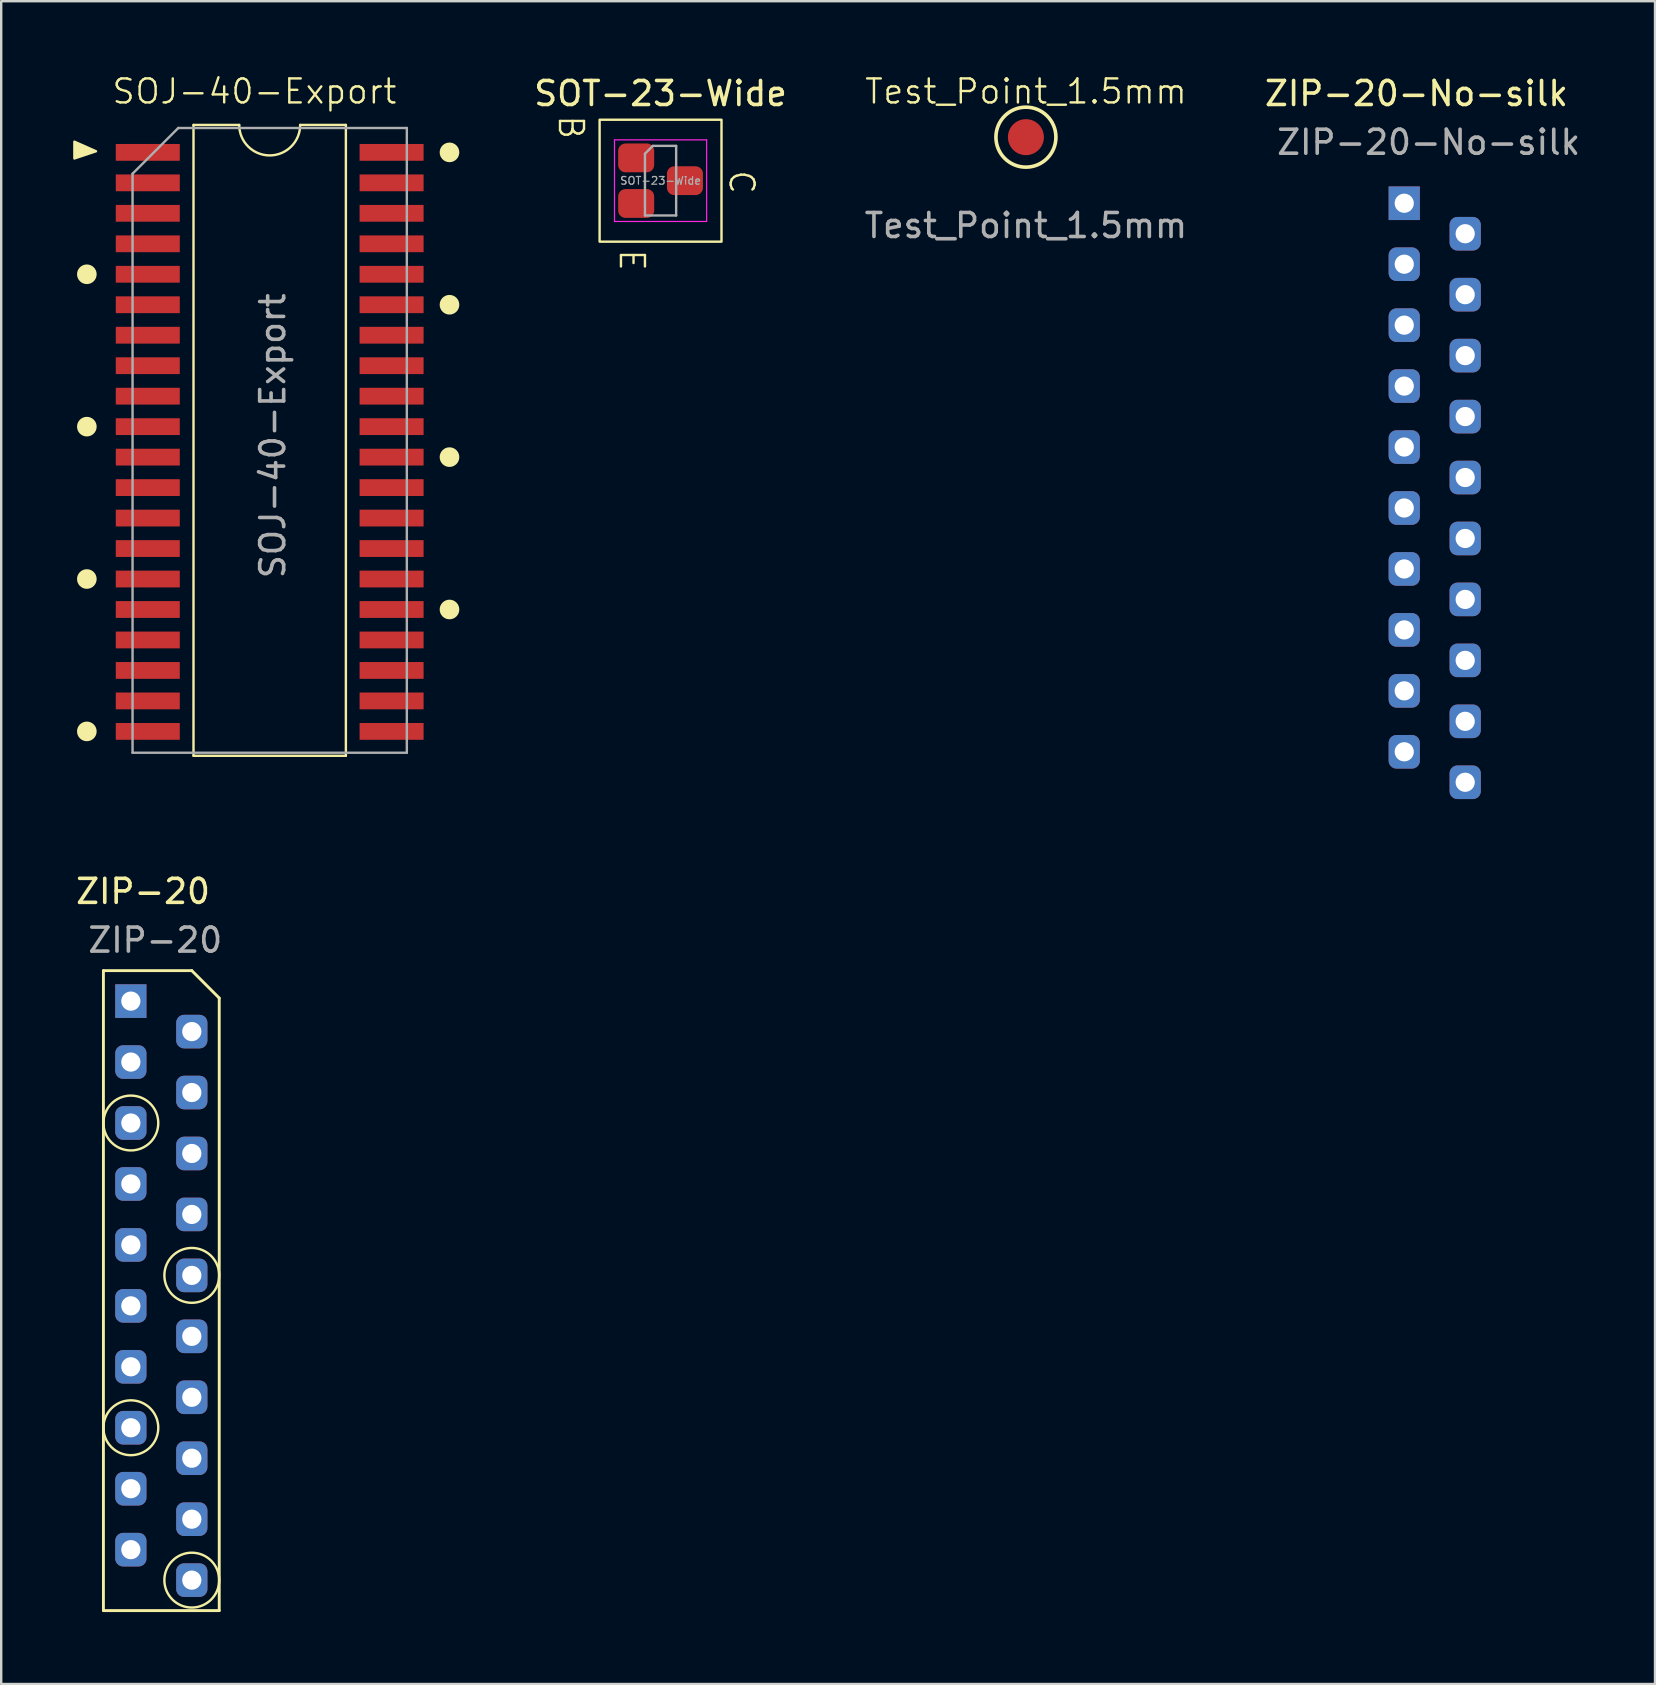
<source format=kicad_pcb>
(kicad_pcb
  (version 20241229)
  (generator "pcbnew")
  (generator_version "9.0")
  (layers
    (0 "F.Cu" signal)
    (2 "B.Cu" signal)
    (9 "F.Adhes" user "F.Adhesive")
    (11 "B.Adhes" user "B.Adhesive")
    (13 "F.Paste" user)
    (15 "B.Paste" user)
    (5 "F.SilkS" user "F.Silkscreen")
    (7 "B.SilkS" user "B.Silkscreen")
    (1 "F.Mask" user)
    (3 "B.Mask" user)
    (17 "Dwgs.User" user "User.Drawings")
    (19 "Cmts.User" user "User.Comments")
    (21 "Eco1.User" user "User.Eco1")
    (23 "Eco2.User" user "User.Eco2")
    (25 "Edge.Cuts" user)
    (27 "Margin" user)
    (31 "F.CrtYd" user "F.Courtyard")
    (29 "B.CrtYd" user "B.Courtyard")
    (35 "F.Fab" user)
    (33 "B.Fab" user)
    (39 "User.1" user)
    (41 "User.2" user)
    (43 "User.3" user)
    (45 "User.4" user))
  (footprint "SOT-23-Wide"
    (layer "F.Cu")
    (at 24.478 4.48)
    (property "Reference" "SOT-23-Wide" (at 0 -3.632 0) (layer "F.SilkS") (effects (font (size 1 1) (thickness 0.15))))
    (attr smd)
    (fp_rect (start -2.54 -2.54) (end 2.54 2.54) (stroke (width 0.1) (type solid)) (fill no) (layer "F.SilkS"))
    (fp_line (start -1.92 -1.7) (end -1.92 1.7) (stroke (width 0.05) (type solid)) (layer "F.CrtYd"))
    (fp_line (start -1.92 1.7) (end 1.92 1.7) (stroke (width 0.05) (type solid)) (layer "F.CrtYd"))
    (fp_line (start 1.92 -1.7) (end -1.92 -1.7) (stroke (width 0.05) (type solid)) (layer "F.CrtYd"))
    (fp_line (start 1.92 1.7) (end 1.92 -1.7) (stroke (width 0.05) (type solid)) (layer "F.CrtYd"))
    (fp_line (start -0.65 -1.125) (end -0.325 -1.45) (stroke (width 0.1) (type solid)) (layer "F.Fab"))
    (fp_line (start -0.65 1.45) (end -0.65 -1.125) (stroke (width 0.1) (type solid)) (layer "F.Fab"))
    (fp_line (start -0.325 -1.45) (end 0.65 -1.45) (stroke (width 0.1) (type solid)) (layer "F.Fab"))
    (fp_line (start 0.65 -1.45) (end 0.65 1.45) (stroke (width 0.1) (type solid)) (layer "F.Fab"))
    (fp_line (start 0.65 1.45) (end -0.65 1.45) (stroke (width 0.1) (type solid)) (layer "F.Fab"))
    (fp_text user "E" (at -1.778 2.794 270) (unlocked yes) (layer "F.SilkS") (effects (font (size 1 1) (thickness 0.1)) (justify left bottom)))
    (fp_text user "B" (at -4.318 -2.794 270) (unlocked yes) (layer "F.SilkS") (effects (font (size 1 1) (thickness 0.1)) (justify left bottom)))
    (fp_text user "C" (at 2.794 -0.508 270) (unlocked yes) (layer "F.SilkS") (effects (font (size 1 1) (thickness 0.1)) (justify left bottom)))
    (fp_text user "${REFERENCE}" (at 0 0 0) (layer "F.Fab") (effects (font (size 0.32 0.32) (thickness 0.05))))
    (pad "1" smd roundrect (at -1.016 -0.95) (size 1.5 1.2) (layers "F.Cu" "F.Mask" "F.Paste") (roundrect_rratio 0.25))
    (pad "2" smd roundrect (at -1.016 0.95) (size 1.5 1.2) (layers "F.Cu" "F.Mask" "F.Paste") (roundrect_rratio 0.25))
    (pad "3" smd roundrect (at 1.016 0) (size 1.5 1.2) (layers "F.Cu" "F.Mask" "F.Paste") (roundrect_rratio 0.25)))
  (footprint "SOJ-40-Export"
    (layer "F.Cu")
    (at 2.474 2.03)
    (property "Reference" "SOJ-40-Export" (at 5.08 -1.27 0) (unlocked yes) (layer "F.SilkS") (effects (font (size 1 1) (thickness 0.1))))
    (attr smd)
    (fp_line (start 2.54 26.416) (end 2.54 0.127) (stroke (width 0.1) (type solid)) (layer "F.SilkS"))
    (fp_line (start 2.54 26.416) (end 8.89 26.416) (stroke (width 0.1) (type default)) (layer "F.SilkS"))
    (fp_line (start 4.445 0.127) (end 2.54 0.127) (stroke (width 0.1) (type solid)) (layer "F.SilkS"))
    (fp_line (start 8.89 0.127) (end 6.985 0.127) (stroke (width 0.1) (type solid)) (layer "F.SilkS"))
    (fp_line (start 8.89 26.416) (end 8.89 0.127) (stroke (width 0.1) (type solid)) (layer "F.SilkS"))
    (fp_arc (start 6.985 0.127) (mid 5.715 1.397) (end 4.445 0.127) (stroke (width 0.1) (type default)) (layer "F.SilkS"))
    (fp_circle (center -1.905 6.35) (end -1.905 6.709) (stroke (width 0.1) (type solid)) (fill yes) (layer "F.SilkS"))
    (fp_circle (center -1.905 12.7) (end -1.905 13.059) (stroke (width 0.1) (type solid)) (fill yes) (layer "F.SilkS"))
    (fp_circle (center -1.905 19.05) (end -1.905 19.409) (stroke (width 0.1) (type solid)) (fill yes) (layer "F.SilkS"))
    (fp_circle (center -1.905 25.4) (end -1.905 25.759) (stroke (width 0.1) (type solid)) (fill yes) (layer "F.SilkS"))
    (fp_circle (center 13.208 1.27) (end 13.208 1.629) (stroke (width 0.1) (type solid)) (fill yes) (layer "F.SilkS"))
    (fp_circle (center 13.208 7.62) (end 13.208 7.979) (stroke (width 0.1) (type solid)) (fill yes) (layer "F.SilkS"))
    (fp_circle (center 13.208 13.97) (end 13.208 14.329) (stroke (width 0.1) (type solid)) (fill yes) (layer "F.SilkS"))
    (fp_circle (center 13.208 20.32) (end 13.208 20.679) (stroke (width 0.1) (type solid)) (fill yes) (layer "F.SilkS"))
    (fp_poly (pts (xy -1.524 1.224) (xy -2.424 0.824) (xy -2.424 1.524)) (stroke (width 0.1) (type solid)) (fill yes) (layer "F.SilkS"))
    (fp_line (start 0 2.159) (end 1.905 0.254) (stroke (width 0.1) (type default)) (layer "F.Fab"))
    (fp_line (start 0 26.289) (end 0 2.159) (stroke (width 0.1) (type default)) (layer "F.Fab"))
    (fp_line (start 1.905 0.254) (end 11.43 0.254) (stroke (width 0.1) (type default)) (layer "F.Fab"))
    (fp_line (start 11.43 0.254) (end 11.43 26.289) (stroke (width 0.1) (type default)) (layer "F.Fab"))
    (fp_line (start 11.43 26.289) (end 0 26.289) (stroke (width 0.1) (type default)) (layer "F.Fab"))
    (fp_text user "${REFERENCE}" (at 5.842 13.081 90) (unlocked yes) (layer "F.Fab") (effects (font (size 1 1) (thickness 0.15))))
    (pad "1" smd rect (at 0.635 1.27) (size 2.667 0.7) (layers "F.Cu" "F.Mask" "F.Paste"))
    (pad "2" smd rect (at 0.635 2.54) (size 2.667 0.7) (layers "F.Cu" "F.Mask" "F.Paste"))
    (pad "3" smd rect (at 0.635 3.81) (size 2.667 0.7) (layers "F.Cu" "F.Mask" "F.Paste"))
    (pad "4" smd rect (at 0.635 5.08) (size 2.667 0.7) (layers "F.Cu" "F.Mask" "F.Paste"))
    (pad "5" smd rect (at 0.635 6.35) (size 2.667 0.7) (layers "F.Cu" "F.Mask" "F.Paste"))
    (pad "6" smd rect (at 0.635 7.62) (size 2.667 0.7) (layers "F.Cu" "F.Mask" "F.Paste"))
    (pad "7" smd rect (at 0.635 8.89) (size 2.667 0.7) (layers "F.Cu" "F.Mask" "F.Paste"))
    (pad "8" smd rect (at 0.635 10.16) (size 2.667 0.7) (layers "F.Cu" "F.Mask" "F.Paste"))
    (pad "9" smd rect (at 0.635 11.43) (size 2.667 0.7) (layers "F.Cu" "F.Mask" "F.Paste"))
    (pad "10" smd rect (at 0.635 12.7) (size 2.667 0.7) (layers "F.Cu" "F.Mask" "F.Paste"))
    (pad "11" smd rect (at 0.635 13.97) (size 2.667 0.7) (layers "F.Cu" "F.Mask" "F.Paste"))
    (pad "12" smd rect (at 0.635 15.24) (size 2.667 0.7) (layers "F.Cu" "F.Mask" "F.Paste"))
    (pad "13" smd rect (at 0.635 16.51) (size 2.667 0.7) (layers "F.Cu" "F.Mask" "F.Paste"))
    (pad "14" smd rect (at 0.635 17.78) (size 2.667 0.7) (layers "F.Cu" "F.Mask" "F.Paste"))
    (pad "15" smd rect (at 0.635 19.05) (size 2.667 0.7) (layers "F.Cu" "F.Mask" "F.Paste"))
    (pad "16" smd rect (at 0.635 20.32) (size 2.667 0.7) (layers "F.Cu" "F.Mask" "F.Paste"))
    (pad "17" smd rect (at 0.635 21.59) (size 2.667 0.7) (layers "F.Cu" "F.Mask" "F.Paste"))
    (pad "18" smd rect (at 0.635 22.86) (size 2.667 0.7) (layers "F.Cu" "F.Mask" "F.Paste"))
    (pad "19" smd rect (at 0.635 24.13) (size 2.667 0.7) (layers "F.Cu" "F.Mask" "F.Paste"))
    (pad "20" smd rect (at 0.635 25.4) (size 2.667 0.7) (layers "F.Cu" "F.Mask" "F.Paste"))
    (pad "21" smd rect (at 10.795 25.4) (size 2.667 0.7) (layers "F.Cu" "F.Mask" "F.Paste"))
    (pad "22" smd rect (at 10.795 24.13) (size 2.667 0.7) (layers "F.Cu" "F.Mask" "F.Paste"))
    (pad "23" smd rect (at 10.795 22.86) (size 2.667 0.7) (layers "F.Cu" "F.Mask" "F.Paste"))
    (pad "24" smd rect (at 10.795 21.59) (size 2.667 0.7) (layers "F.Cu" "F.Mask" "F.Paste"))
    (pad "25" smd rect (at 10.795 20.32) (size 2.667 0.7) (layers "F.Cu" "F.Mask" "F.Paste"))
    (pad "26" smd rect (at 10.795 19.05) (size 2.667 0.7) (layers "F.Cu" "F.Mask" "F.Paste"))
    (pad "27" smd rect (at 10.795 17.78) (size 2.667 0.7) (layers "F.Cu" "F.Mask" "F.Paste"))
    (pad "28" smd rect (at 10.795 16.51) (size 2.667 0.7) (layers "F.Cu" "F.Mask" "F.Paste"))
    (pad "29" smd rect (at 10.795 15.24) (size 2.667 0.7) (layers "F.Cu" "F.Mask" "F.Paste"))
    (pad "30" smd rect (at 10.795 13.97) (size 2.667 0.7) (layers "F.Cu" "F.Mask" "F.Paste"))
    (pad "31" smd rect (at 10.795 12.7) (size 2.667 0.7) (layers "F.Cu" "F.Mask" "F.Paste"))
    (pad "32" smd rect (at 10.795 11.43) (size 2.667 0.7) (layers "F.Cu" "F.Mask" "F.Paste"))
    (pad "33" smd rect (at 10.795 10.16) (size 2.667 0.7) (layers "F.Cu" "F.Mask" "F.Paste"))
    (pad "34" smd rect (at 10.795 8.89) (size 2.667 0.7) (layers "F.Cu" "F.Mask" "F.Paste"))
    (pad "35" smd rect (at 10.795 7.62) (size 2.667 0.7) (layers "F.Cu" "F.Mask" "F.Paste"))
    (pad "36" smd rect (at 10.795 6.35) (size 2.667 0.7) (layers "F.Cu" "F.Mask" "F.Paste"))
    (pad "37" smd rect (at 10.795 5.08) (size 2.667 0.7) (layers "F.Cu" "F.Mask" "F.Paste"))
    (pad "38" smd rect (at 10.795 3.81) (size 2.667 0.7) (layers "F.Cu" "F.Mask" "F.Paste"))
    (pad "39" smd rect (at 10.795 2.54) (size 2.667 0.7) (layers "F.Cu" "F.Mask" "F.Paste"))
    (pad "40" smd rect (at 10.795 1.27) (size 2.667 0.7) (layers "F.Cu" "F.Mask" "F.Paste")))
  (footprint "Test_Point_1.5mm"
    (layer "F.Cu")
    (at 39.704 2.666)
    (property "Reference" "Test_Point_1.5mm" (at 0 -1.905 0) (unlocked yes) (layer "F.SilkS") (effects (font (size 1 1) (thickness 0.1))))
    (attr smd)
    (fp_circle (center 0 0) (end 1.25 0) (stroke (width 0.15) (type default)) (fill no) (layer "F.SilkS"))
    (fp_text user "${REFERENCE}" (at 0 3.683 0) (unlocked yes) (layer "F.Fab") (effects (font (size 1 1) (thickness 0.15))))
    (pad "1" smd circle (at 0 0) (size 1.5 1.5) (layers "F.Cu" "F.Mask" "F.Paste")))
  (footprint "ZIP-20-No-silk"
    (layer "F.Cu")
    (at 55.47 5.42)
    (property "Reference" "ZIP-20-No-silk" (at 0.508 -4.572 0) (layer "F.SilkS") (effects (font (size 1 1) (thickness 0.15))))
    (attr through_hole)
    (fp_text user "${REFERENCE}" (at 1.016 -2.54 0) (layer "F.Fab") (effects (font (size 1 1) (thickness 0.15))))
    (pad "1" thru_hole rect (at 0 0) (size 1.3 1.4) (drill 0.8) (layers "*.Cu" "*.Mask"))
    (pad "2" thru_hole roundrect (at 2.54 1.27) (size 1.3 1.4) (drill 0.8) (layers "*.Cu" "*.Mask") (roundrect_rratio 0.25))
    (pad "3" thru_hole roundrect (at 0 2.54) (size 1.3 1.4) (drill 0.8) (layers "*.Cu" "*.Mask") (roundrect_rratio 0.25))
    (pad "4" thru_hole roundrect (at 2.54 3.81) (size 1.3 1.4) (drill 0.8) (layers "*.Cu" "*.Mask") (roundrect_rratio 0.25))
    (pad "5" thru_hole roundrect (at 0 5.08) (size 1.3 1.4) (drill 0.8) (layers "*.Cu" "*.Mask") (roundrect_rratio 0.25))
    (pad "6" thru_hole roundrect (at 2.54 6.35) (size 1.3 1.4) (drill 0.8) (layers "*.Cu" "*.Mask") (roundrect_rratio 0.25))
    (pad "7" thru_hole roundrect (at 0 7.62) (size 1.3 1.4) (drill 0.8) (layers "*.Cu" "*.Mask") (roundrect_rratio 0.25))
    (pad "8" thru_hole roundrect (at 2.54 8.89) (size 1.3 1.4) (drill 0.8) (layers "*.Cu" "*.Mask") (roundrect_rratio 0.25))
    (pad "9" thru_hole roundrect (at 0 10.16) (size 1.3 1.4) (drill 0.8) (layers "*.Cu" "*.Mask") (roundrect_rratio 0.25))
    (pad "10" thru_hole roundrect (at 2.54 11.43) (size 1.3 1.4) (drill 0.8) (layers "*.Cu" "*.Mask") (roundrect_rratio 0.25))
    (pad "11" thru_hole roundrect (at 0 12.7) (size 1.3 1.4) (drill 0.8) (layers "*.Cu" "*.Mask") (roundrect_rratio 0.25))
    (pad "12" thru_hole roundrect (at 2.54 13.97) (size 1.3 1.4) (drill 0.8) (layers "*.Cu" "*.Mask") (roundrect_rratio 0.25))
    (pad "13" thru_hole roundrect (at 0 15.24) (size 1.3 1.4) (drill 0.8) (layers "*.Cu" "*.Mask") (roundrect_rratio 0.25))
    (pad "14" thru_hole roundrect (at 2.54 16.51) (size 1.3 1.4) (drill 0.8) (layers "*.Cu" "*.Mask") (roundrect_rratio 0.25))
    (pad "15" thru_hole roundrect (at 0 17.78) (size 1.3 1.4) (drill 0.8) (layers "*.Cu" "*.Mask") (roundrect_rratio 0.25))
    (pad "16" thru_hole roundrect (at 2.54 19.05) (size 1.3 1.4) (drill 0.8) (layers "*.Cu" "*.Mask") (roundrect_rratio 0.25))
    (pad "17" thru_hole roundrect (at 0 20.32) (size 1.3 1.4) (drill 0.8) (layers "*.Cu" "*.Mask") (roundrect_rratio 0.25))
    (pad "18" thru_hole roundrect (at 2.54 21.59) (size 1.3 1.4) (drill 0.8) (layers "*.Cu" "*.Mask") (roundrect_rratio 0.25))
    (pad "19" thru_hole roundrect (at 0 22.86) (size 1.3 1.4) (drill 0.8) (layers "*.Cu" "*.Mask") (roundrect_rratio 0.25))
    (pad "20" thru_hole roundrect (at 2.54 24.13) (size 1.3 1.4) (drill 0.8) (layers "*.Cu" "*.Mask") (roundrect_rratio 0.25)))
  (footprint "ZIP-20"
    (layer "F.Cu")
    (at 2.403 38.67)
    (property "Reference" "ZIP-20" (at 0.508 -4.572 0) (layer "F.SilkS") (effects (font (size 1 1) (thickness 0.15))))
    (attr through_hole)
    (fp_line (start -1.143 -1.27) (end -1.143 25.4) (stroke (width 0.12) (type solid)) (layer "F.SilkS"))
    (fp_line (start -1.143 25.4) (end 3.683 25.4) (stroke (width 0.12) (type solid)) (layer "F.SilkS"))
    (fp_line (start 2.54 -1.27) (end -1.143 -1.27) (stroke (width 0.12) (type solid)) (layer "F.SilkS"))
    (fp_line (start 3.683 -0.127) (end 2.54 -1.27) (stroke (width 0.12) (type solid)) (layer "F.SilkS"))
    (fp_line (start 3.683 25.4) (end 3.683 -0.127) (stroke (width 0.12) (type solid)) (layer "F.SilkS"))
    (fp_circle (center 0 5.08) (end 1.143 5.08) (stroke (width 0.1) (type default)) (fill no) (layer "F.SilkS"))
    (fp_circle (center 0 17.78) (end 1.143 17.78) (stroke (width 0.1) (type default)) (fill no) (layer "F.SilkS"))
    (fp_circle (center 2.54 11.43) (end 3.683 11.43) (stroke (width 0.1) (type default)) (fill no) (layer "F.SilkS"))
    (fp_circle (center 2.54 24.13) (end 3.683 24.13) (stroke (width 0.1) (type default)) (fill no) (layer "F.SilkS"))
    (fp_text user "${REFERENCE}" (at 1.016 -2.54 0) (layer "F.Fab") (effects (font (size 1 1) (thickness 0.15))))
    (pad "1" thru_hole rect (at 0 0) (size 1.3 1.4) (drill 0.8) (layers "*.Cu" "*.Mask"))
    (pad "2" thru_hole roundrect (at 2.54 1.27) (size 1.3 1.4) (drill 0.8) (layers "*.Cu" "*.Mask") (roundrect_rratio 0.25))
    (pad "3" thru_hole roundrect (at 0 2.54) (size 1.3 1.4) (drill 0.8) (layers "*.Cu" "*.Mask") (roundrect_rratio 0.25))
    (pad "4" thru_hole roundrect (at 2.54 3.81) (size 1.3 1.4) (drill 0.8) (layers "*.Cu" "*.Mask") (roundrect_rratio 0.25))
    (pad "5" thru_hole roundrect (at 0 5.08) (size 1.3 1.4) (drill 0.8) (layers "*.Cu" "*.Mask") (roundrect_rratio 0.25))
    (pad "6" thru_hole roundrect (at 2.54 6.35) (size 1.3 1.4) (drill 0.8) (layers "*.Cu" "*.Mask") (roundrect_rratio 0.25))
    (pad "7" thru_hole roundrect (at 0 7.62) (size 1.3 1.4) (drill 0.8) (layers "*.Cu" "*.Mask") (roundrect_rratio 0.25))
    (pad "8" thru_hole roundrect (at 2.54 8.89) (size 1.3 1.4) (drill 0.8) (layers "*.Cu" "*.Mask") (roundrect_rratio 0.25))
    (pad "9" thru_hole roundrect (at 0 10.16) (size 1.3 1.4) (drill 0.8) (layers "*.Cu" "*.Mask") (roundrect_rratio 0.25))
    (pad "10" thru_hole roundrect (at 2.54 11.43) (size 1.3 1.4) (drill 0.8) (layers "*.Cu" "*.Mask") (roundrect_rratio 0.25))
    (pad "11" thru_hole roundrect (at 0 12.7) (size 1.3 1.4) (drill 0.8) (layers "*.Cu" "*.Mask") (roundrect_rratio 0.25))
    (pad "12" thru_hole roundrect (at 2.54 13.97) (size 1.3 1.4) (drill 0.8) (layers "*.Cu" "*.Mask") (roundrect_rratio 0.25))
    (pad "13" thru_hole roundrect (at 0 15.24) (size 1.3 1.4) (drill 0.8) (layers "*.Cu" "*.Mask") (roundrect_rratio 0.25))
    (pad "14" thru_hole roundrect (at 2.54 16.51) (size 1.3 1.4) (drill 0.8) (layers "*.Cu" "*.Mask") (roundrect_rratio 0.25))
    (pad "15" thru_hole roundrect (at 0 17.78) (size 1.3 1.4) (drill 0.8) (layers "*.Cu" "*.Mask") (roundrect_rratio 0.25))
    (pad "16" thru_hole roundrect (at 2.54 19.05) (size 1.3 1.4) (drill 0.8) (layers "*.Cu" "*.Mask") (roundrect_rratio 0.25))
    (pad "17" thru_hole roundrect (at 0 20.32) (size 1.3 1.4) (drill 0.8) (layers "*.Cu" "*.Mask") (roundrect_rratio 0.25))
    (pad "18" thru_hole roundrect (at 2.54 21.59) (size 1.3 1.4) (drill 0.8) (layers "*.Cu" "*.Mask") (roundrect_rratio 0.25))
    (pad "19" thru_hole roundrect (at 0 22.86) (size 1.3 1.4) (drill 0.8) (layers "*.Cu" "*.Mask") (roundrect_rratio 0.25))
    (pad "20" thru_hole roundrect (at 2.54 24.13) (size 1.3 1.4) (drill 0.8) (layers "*.Cu" "*.Mask") (roundrect_rratio 0.25)))
  (gr_rect
    (start -3 -3)
    (end 65.921 67.13)
    (stroke (width 0.1) (type default))
    (fill no)
    (layer "Edge.Cuts")))
</source>
